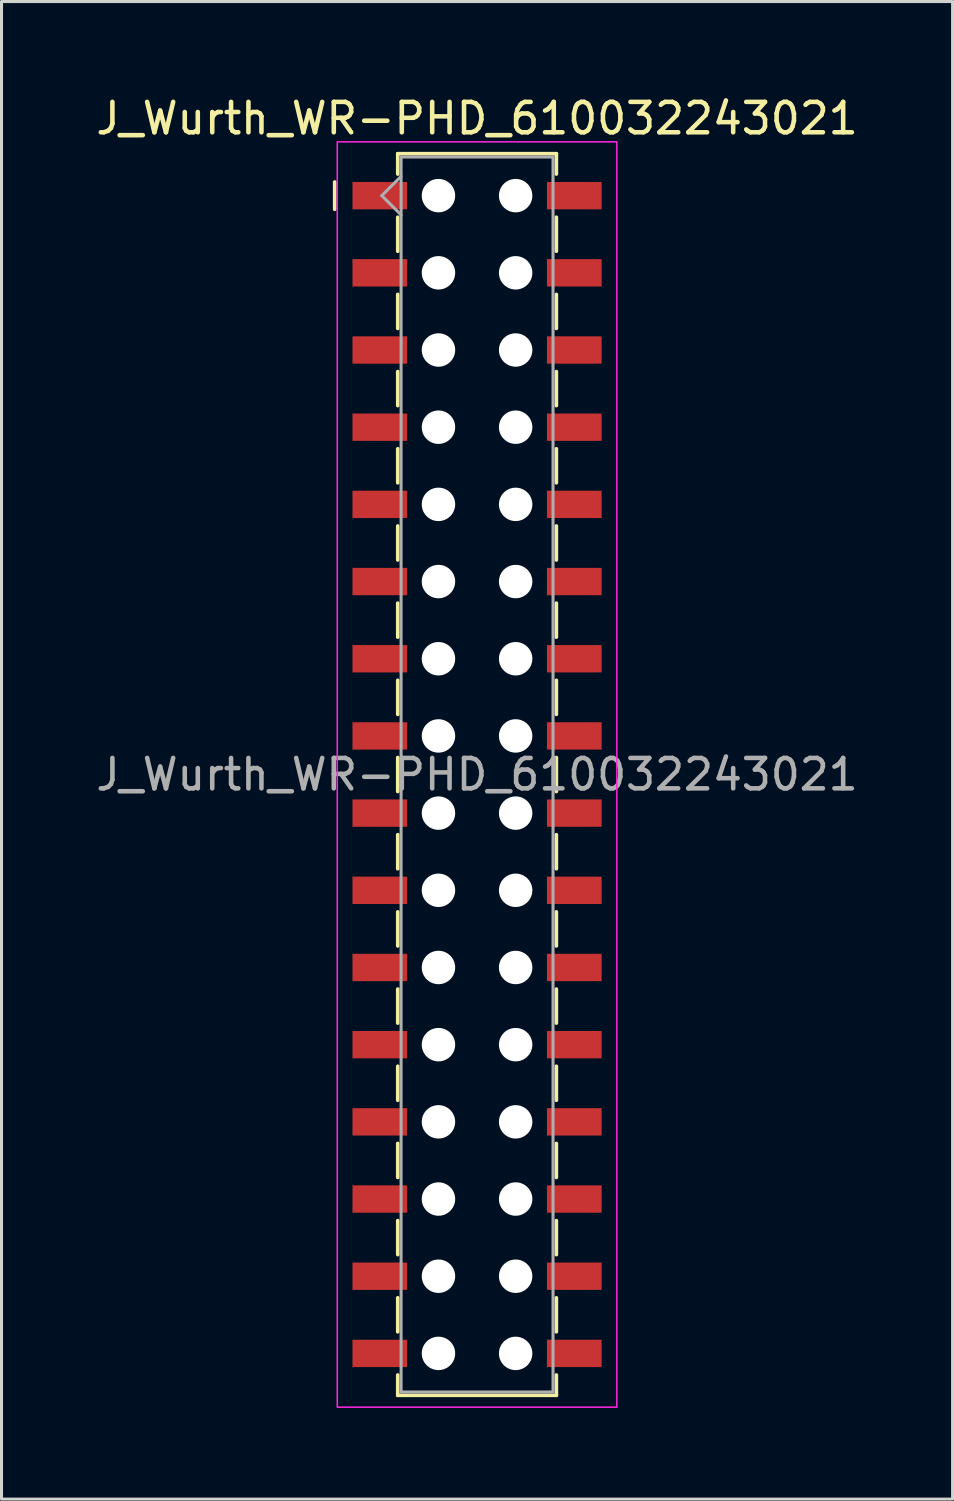
<source format=kicad_pcb>
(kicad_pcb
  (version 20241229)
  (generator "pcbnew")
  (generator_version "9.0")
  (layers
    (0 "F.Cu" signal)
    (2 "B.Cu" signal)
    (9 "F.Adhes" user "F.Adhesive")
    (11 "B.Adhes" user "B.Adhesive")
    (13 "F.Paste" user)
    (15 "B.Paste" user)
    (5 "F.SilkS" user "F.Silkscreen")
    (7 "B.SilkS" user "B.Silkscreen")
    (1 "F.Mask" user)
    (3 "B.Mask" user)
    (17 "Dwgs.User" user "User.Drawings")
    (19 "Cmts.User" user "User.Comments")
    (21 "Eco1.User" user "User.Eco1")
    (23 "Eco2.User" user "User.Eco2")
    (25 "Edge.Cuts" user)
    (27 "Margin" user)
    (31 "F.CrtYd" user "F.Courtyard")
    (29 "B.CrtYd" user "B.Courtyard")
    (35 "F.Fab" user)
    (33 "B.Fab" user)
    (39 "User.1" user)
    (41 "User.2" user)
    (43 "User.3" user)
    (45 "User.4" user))
  (footprint "J_Wurth_WR-PHD_610032243021"
    (layer "F.Cu")
    (at 12.649 22.438)
    (property "Reference" "J_Wurth_WR-PHD_610032243021" (at 0 -21.59 0) (unlocked yes) (layer "F.SilkS") (effects (font (size 1 1) (thickness 0.15))))
    (attr smd)
    (fp_line (start -4.685 -19.5) (end -4.685 -18.6) (stroke (width 0.12) (type solid)) (layer "F.SilkS"))
    (fp_line (start -2.61 -20.43) (end -2.61 -19.76) (stroke (width 0.12) (type solid)) (layer "F.SilkS"))
    (fp_line (start -2.61 -18.34) (end -2.61 -17.22) (stroke (width 0.12) (type solid)) (layer "F.SilkS"))
    (fp_line (start -2.61 -15.8) (end -2.61 -14.68) (stroke (width 0.12) (type solid)) (layer "F.SilkS"))
    (fp_line (start -2.61 -13.26) (end -2.61 -12.14) (stroke (width 0.12) (type solid)) (layer "F.SilkS"))
    (fp_line (start -2.61 -10.72) (end -2.61 -9.6) (stroke (width 0.12) (type solid)) (layer "F.SilkS"))
    (fp_line (start -2.61 -8.18) (end -2.61 -7.06) (stroke (width 0.12) (type solid)) (layer "F.SilkS"))
    (fp_line (start -2.61 -5.64) (end -2.61 -4.52) (stroke (width 0.12) (type solid)) (layer "F.SilkS"))
    (fp_line (start -2.61 -3.1) (end -2.61 -1.98) (stroke (width 0.12) (type solid)) (layer "F.SilkS"))
    (fp_line (start -2.61 -0.56) (end -2.61 0.56) (stroke (width 0.12) (type solid)) (layer "F.SilkS"))
    (fp_line (start -2.61 1.98) (end -2.61 3.1) (stroke (width 0.12) (type solid)) (layer "F.SilkS"))
    (fp_line (start -2.61 4.52) (end -2.61 5.64) (stroke (width 0.12) (type solid)) (layer "F.SilkS"))
    (fp_line (start -2.61 7.06) (end -2.61 8.18) (stroke (width 0.12) (type solid)) (layer "F.SilkS"))
    (fp_line (start -2.61 9.6) (end -2.61 10.72) (stroke (width 0.12) (type solid)) (layer "F.SilkS"))
    (fp_line (start -2.61 12.14) (end -2.61 13.26) (stroke (width 0.12) (type solid)) (layer "F.SilkS"))
    (fp_line (start -2.61 14.68) (end -2.61 15.8) (stroke (width 0.12) (type solid)) (layer "F.SilkS"))
    (fp_line (start -2.61 17.22) (end -2.61 18.34) (stroke (width 0.12) (type solid)) (layer "F.SilkS"))
    (fp_line (start -2.61 19.76) (end -2.61 20.43) (stroke (width 0.12) (type solid)) (layer "F.SilkS"))
    (fp_line (start 2.61 -20.43) (end -2.61 -20.43) (stroke (width 0.12) (type solid)) (layer "F.SilkS"))
    (fp_line (start 2.61 -20.43) (end 2.61 -19.76) (stroke (width 0.12) (type solid)) (layer "F.SilkS"))
    (fp_line (start 2.61 -18.34) (end 2.61 -17.22) (stroke (width 0.12) (type solid)) (layer "F.SilkS"))
    (fp_line (start 2.61 -15.8) (end 2.61 -14.68) (stroke (width 0.12) (type solid)) (layer "F.SilkS"))
    (fp_line (start 2.61 -13.26) (end 2.61 -12.14) (stroke (width 0.12) (type solid)) (layer "F.SilkS"))
    (fp_line (start 2.61 -10.72) (end 2.61 -9.6) (stroke (width 0.12) (type solid)) (layer "F.SilkS"))
    (fp_line (start 2.61 -8.18) (end 2.61 -7.06) (stroke (width 0.12) (type solid)) (layer "F.SilkS"))
    (fp_line (start 2.61 -5.64) (end 2.61 -4.52) (stroke (width 0.12) (type solid)) (layer "F.SilkS"))
    (fp_line (start 2.61 -3.1) (end 2.61 -1.98) (stroke (width 0.12) (type solid)) (layer "F.SilkS"))
    (fp_line (start 2.61 -0.56) (end 2.61 0.56) (stroke (width 0.12) (type solid)) (layer "F.SilkS"))
    (fp_line (start 2.61 1.98) (end 2.61 3.1) (stroke (width 0.12) (type solid)) (layer "F.SilkS"))
    (fp_line (start 2.61 4.52) (end 2.61 5.64) (stroke (width 0.12) (type solid)) (layer "F.SilkS"))
    (fp_line (start 2.61 7.06) (end 2.61 8.18) (stroke (width 0.12) (type solid)) (layer "F.SilkS"))
    (fp_line (start 2.61 9.6) (end 2.61 10.72) (stroke (width 0.12) (type solid)) (layer "F.SilkS"))
    (fp_line (start 2.61 12.14) (end 2.61 13.26) (stroke (width 0.12) (type solid)) (layer "F.SilkS"))
    (fp_line (start 2.61 14.68) (end 2.61 15.8) (stroke (width 0.12) (type solid)) (layer "F.SilkS"))
    (fp_line (start 2.61 17.22) (end 2.61 18.34) (stroke (width 0.12) (type solid)) (layer "F.SilkS"))
    (fp_line (start 2.61 19.76) (end 2.61 20.43) (stroke (width 0.12) (type solid)) (layer "F.SilkS"))
    (fp_line (start 2.61 20.43) (end -2.61 20.43) (stroke (width 0.12) (type solid)) (layer "F.SilkS"))
    (fp_rect (start -4.6 -20.82) (end 4.6 20.82) (stroke (width 0.05) (type solid)) (fill no) (layer "F.CrtYd"))
    (fp_line (start -3.135 -19.05) (end -2.5 -19.685) (stroke (width 0.1) (type default)) (layer "F.Fab"))
    (fp_line (start -2.5 -18.415) (end -3.135 -19.05) (stroke (width 0.1) (type default)) (layer "F.Fab"))
    (fp_rect (start -2.5 -20.32) (end 2.5 20.32) (stroke (width 0.1) (type solid)) (fill no) (layer "F.Fab"))
    (fp_text user "${REFERENCE}" (at 0 0 0) (unlocked yes) (layer "F.Fab") (effects (font (size 1 1) (thickness 0.15))))
    (pad "" np_thru_hole circle (at -1.27 -19.05 270) (size 1.1 1.1) (drill 1.1) (layers "*.Cu" "*.Mask"))
    (pad "" np_thru_hole circle (at -1.27 -16.51 270) (size 1.1 1.1) (drill 1.1) (layers "*.Cu" "*.Mask"))
    (pad "" np_thru_hole circle (at -1.27 -13.97 270) (size 1.1 1.1) (drill 1.1) (layers "*.Cu" "*.Mask"))
    (pad "" np_thru_hole circle (at -1.27 -11.43 270) (size 1.1 1.1) (drill 1.1) (layers "*.Cu" "*.Mask"))
    (pad "" np_thru_hole circle (at -1.27 -8.89 270) (size 1.1 1.1) (drill 1.1) (layers "*.Cu" "*.Mask"))
    (pad "" np_thru_hole circle (at -1.27 -6.35 270) (size 1.1 1.1) (drill 1.1) (layers "*.Cu" "*.Mask"))
    (pad "" np_thru_hole circle (at -1.27 -3.81 270) (size 1.1 1.1) (drill 1.1) (layers "*.Cu" "*.Mask"))
    (pad "" np_thru_hole circle (at -1.27 -1.27 270) (size 1.1 1.1) (drill 1.1) (layers "*.Cu" "*.Mask"))
    (pad "" np_thru_hole circle (at -1.27 1.27 270) (size 1.1 1.1) (drill 1.1) (layers "*.Cu" "*.Mask"))
    (pad "" np_thru_hole circle (at -1.27 3.81 270) (size 1.1 1.1) (drill 1.1) (layers "*.Cu" "*.Mask"))
    (pad "" np_thru_hole circle (at -1.27 6.35 270) (size 1.1 1.1) (drill 1.1) (layers "*.Cu" "*.Mask"))
    (pad "" np_thru_hole circle (at -1.27 8.89 270) (size 1.1 1.1) (drill 1.1) (layers "*.Cu" "*.Mask"))
    (pad "" np_thru_hole circle (at -1.27 11.43 270) (size 1.1 1.1) (drill 1.1) (layers "*.Cu" "*.Mask"))
    (pad "" np_thru_hole circle (at -1.27 13.97 270) (size 1.1 1.1) (drill 1.1) (layers "*.Cu" "*.Mask"))
    (pad "" np_thru_hole circle (at -1.27 16.51 270) (size 1.1 1.1) (drill 1.1) (layers "*.Cu" "*.Mask"))
    (pad "" np_thru_hole circle (at -1.27 19.05 270) (size 1.1 1.1) (drill 1.1) (layers "*.Cu" "*.Mask"))
    (pad "" np_thru_hole circle (at 1.27 -19.05 270) (size 1.1 1.1) (drill 1.1) (layers "*.Cu" "*.Mask"))
    (pad "" np_thru_hole circle (at 1.27 -16.51 270) (size 1.1 1.1) (drill 1.1) (layers "*.Cu" "*.Mask"))
    (pad "" np_thru_hole circle (at 1.27 -13.97 270) (size 1.1 1.1) (drill 1.1) (layers "*.Cu" "*.Mask"))
    (pad "" np_thru_hole circle (at 1.27 -11.43 270) (size 1.1 1.1) (drill 1.1) (layers "*.Cu" "*.Mask"))
    (pad "" np_thru_hole circle (at 1.27 -8.89 270) (size 1.1 1.1) (drill 1.1) (layers "*.Cu" "*.Mask"))
    (pad "" np_thru_hole circle (at 1.27 -6.35 270) (size 1.1 1.1) (drill 1.1) (layers "*.Cu" "*.Mask"))
    (pad "" np_thru_hole circle (at 1.27 -3.81 270) (size 1.1 1.1) (drill 1.1) (layers "*.Cu" "*.Mask"))
    (pad "" np_thru_hole circle (at 1.27 -1.27 270) (size 1.1 1.1) (drill 1.1) (layers "*.Cu" "*.Mask"))
    (pad "" np_thru_hole circle (at 1.27 1.27 270) (size 1.1 1.1) (drill 1.1) (layers "*.Cu" "*.Mask"))
    (pad "" np_thru_hole circle (at 1.27 3.81 270) (size 1.1 1.1) (drill 1.1) (layers "*.Cu" "*.Mask"))
    (pad "" np_thru_hole circle (at 1.27 6.35 270) (size 1.1 1.1) (drill 1.1) (layers "*.Cu" "*.Mask"))
    (pad "" np_thru_hole circle (at 1.27 8.89 270) (size 1.1 1.1) (drill 1.1) (layers "*.Cu" "*.Mask"))
    (pad "" np_thru_hole circle (at 1.27 11.43 270) (size 1.1 1.1) (drill 1.1) (layers "*.Cu" "*.Mask"))
    (pad "" np_thru_hole circle (at 1.27 13.97 270) (size 1.1 1.1) (drill 1.1) (layers "*.Cu" "*.Mask"))
    (pad "" np_thru_hole circle (at 1.27 16.51 270) (size 1.1 1.1) (drill 1.1) (layers "*.Cu" "*.Mask"))
    (pad "" np_thru_hole circle (at 1.27 19.05 270) (size 1.1 1.1) (drill 1.1) (layers "*.Cu" "*.Mask"))
    (pad "1" smd rect (at -3.2 -19.05 270) (size 0.9 1.8) (layers "F.Cu" "F.Mask" "F.Paste"))
    (pad "2" smd rect (at 3.2 -19.05 270) (size 0.9 1.8) (layers "F.Cu" "F.Mask" "F.Paste"))
    (pad "3" smd rect (at -3.2 -16.51 270) (size 0.9 1.8) (layers "F.Cu" "F.Mask" "F.Paste"))
    (pad "4" smd rect (at 3.2 -16.51 270) (size 0.9 1.8) (layers "F.Cu" "F.Mask" "F.Paste"))
    (pad "5" smd rect (at -3.2 -13.97 270) (size 0.9 1.8) (layers "F.Cu" "F.Mask" "F.Paste"))
    (pad "6" smd rect (at 3.2 -13.97 270) (size 0.9 1.8) (layers "F.Cu" "F.Mask" "F.Paste"))
    (pad "7" smd rect (at -3.2 -11.43 270) (size 0.9 1.8) (layers "F.Cu" "F.Mask" "F.Paste"))
    (pad "8" smd rect (at 3.2 -11.43 270) (size 0.9 1.8) (layers "F.Cu" "F.Mask" "F.Paste"))
    (pad "9" smd rect (at -3.2 -8.89 270) (size 0.9 1.8) (layers "F.Cu" "F.Mask" "F.Paste"))
    (pad "10" smd rect (at 3.2 -8.89 270) (size 0.9 1.8) (layers "F.Cu" "F.Mask" "F.Paste"))
    (pad "11" smd rect (at -3.2 -6.35 270) (size 0.9 1.8) (layers "F.Cu" "F.Mask" "F.Paste"))
    (pad "12" smd rect (at 3.2 -6.35 270) (size 0.9 1.8) (layers "F.Cu" "F.Mask" "F.Paste"))
    (pad "13" smd rect (at -3.2 -3.81 270) (size 0.9 1.8) (layers "F.Cu" "F.Mask" "F.Paste"))
    (pad "14" smd rect (at 3.2 -3.81 270) (size 0.9 1.8) (layers "F.Cu" "F.Mask" "F.Paste"))
    (pad "15" smd rect (at -3.2 -1.27 270) (size 0.9 1.8) (layers "F.Cu" "F.Mask" "F.Paste"))
    (pad "16" smd rect (at 3.2 -1.27 270) (size 0.9 1.8) (layers "F.Cu" "F.Mask" "F.Paste"))
    (pad "17" smd rect (at -3.2 1.27 270) (size 0.9 1.8) (layers "F.Cu" "F.Mask" "F.Paste"))
    (pad "18" smd rect (at 3.2 1.27 270) (size 0.9 1.8) (layers "F.Cu" "F.Mask" "F.Paste"))
    (pad "19" smd rect (at -3.2 3.81 270) (size 0.9 1.8) (layers "F.Cu" "F.Mask" "F.Paste"))
    (pad "20" smd rect (at 3.2 3.81 270) (size 0.9 1.8) (layers "F.Cu" "F.Mask" "F.Paste"))
    (pad "21" smd rect (at -3.2 6.35 270) (size 0.9 1.8) (layers "F.Cu" "F.Mask" "F.Paste"))
    (pad "22" smd rect (at 3.2 6.35 270) (size 0.9 1.8) (layers "F.Cu" "F.Mask" "F.Paste"))
    (pad "23" smd rect (at -3.2 8.89 270) (size 0.9 1.8) (layers "F.Cu" "F.Mask" "F.Paste"))
    (pad "24" smd rect (at 3.2 8.89 270) (size 0.9 1.8) (layers "F.Cu" "F.Mask" "F.Paste"))
    (pad "25" smd rect (at -3.2 11.43 270) (size 0.9 1.8) (layers "F.Cu" "F.Mask" "F.Paste"))
    (pad "26" smd rect (at 3.2 11.43 270) (size 0.9 1.8) (layers "F.Cu" "F.Mask" "F.Paste"))
    (pad "27" smd rect (at -3.2 13.97 270) (size 0.9 1.8) (layers "F.Cu" "F.Mask" "F.Paste"))
    (pad "28" smd rect (at 3.2 13.97 270) (size 0.9 1.8) (layers "F.Cu" "F.Mask" "F.Paste"))
    (pad "29" smd rect (at -3.2 16.51 270) (size 0.9 1.8) (layers "F.Cu" "F.Mask" "F.Paste"))
    (pad "30" smd rect (at 3.2 16.51 270) (size 0.9 1.8) (layers "F.Cu" "F.Mask" "F.Paste"))
    (pad "31" smd rect (at -3.2 19.05 270) (size 0.9 1.8) (layers "F.Cu" "F.Mask" "F.Paste"))
    (pad "32" smd rect (at 3.2 19.05 270) (size 0.9 1.8) (layers "F.Cu" "F.Mask" "F.Paste")))
  (gr_rect
    (start -3 -3)
    (end 28.298 46.283)
    (stroke (width 0.1) (type default))
    (fill no)
    (layer "Edge.Cuts")))
</source>
